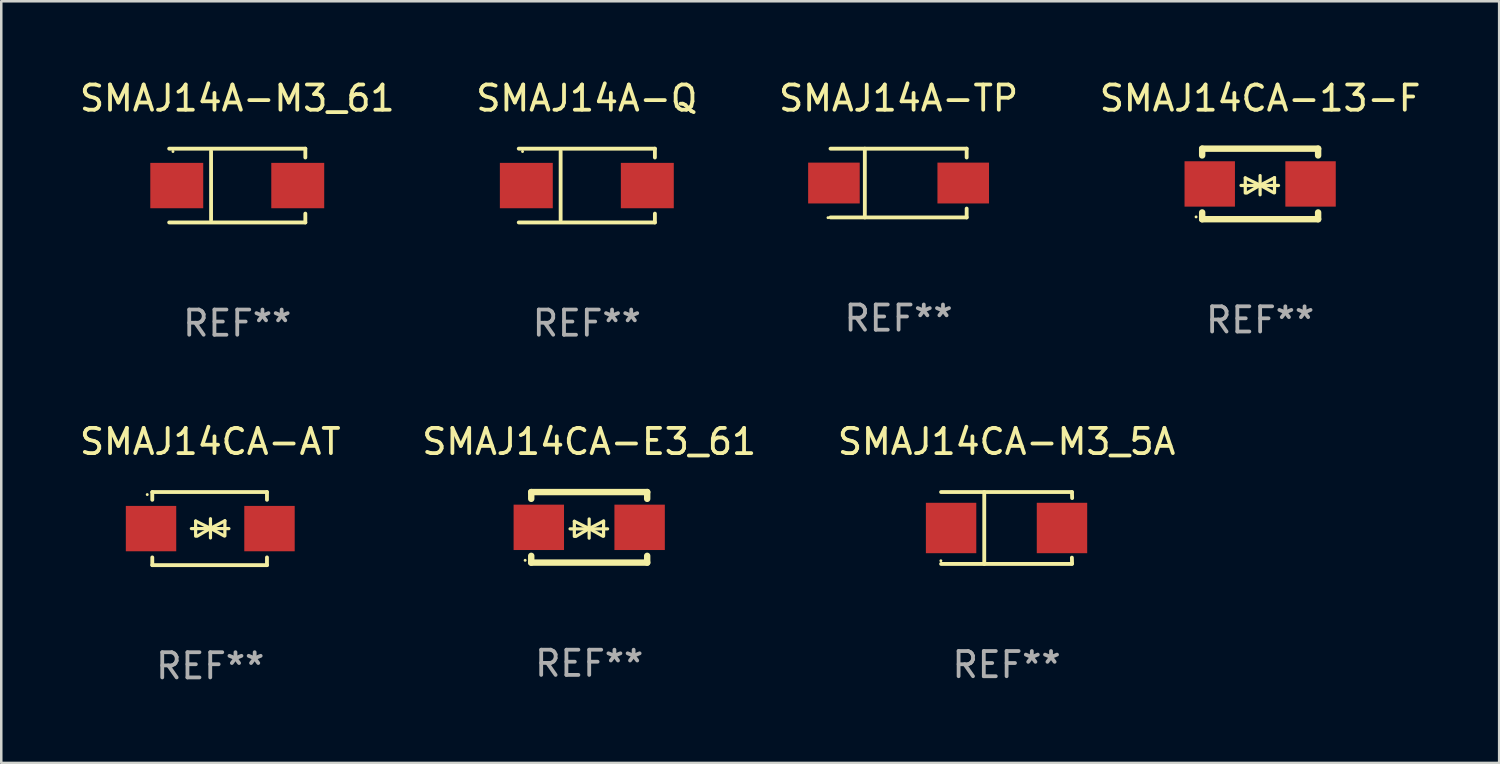
<source format=kicad_pcb>
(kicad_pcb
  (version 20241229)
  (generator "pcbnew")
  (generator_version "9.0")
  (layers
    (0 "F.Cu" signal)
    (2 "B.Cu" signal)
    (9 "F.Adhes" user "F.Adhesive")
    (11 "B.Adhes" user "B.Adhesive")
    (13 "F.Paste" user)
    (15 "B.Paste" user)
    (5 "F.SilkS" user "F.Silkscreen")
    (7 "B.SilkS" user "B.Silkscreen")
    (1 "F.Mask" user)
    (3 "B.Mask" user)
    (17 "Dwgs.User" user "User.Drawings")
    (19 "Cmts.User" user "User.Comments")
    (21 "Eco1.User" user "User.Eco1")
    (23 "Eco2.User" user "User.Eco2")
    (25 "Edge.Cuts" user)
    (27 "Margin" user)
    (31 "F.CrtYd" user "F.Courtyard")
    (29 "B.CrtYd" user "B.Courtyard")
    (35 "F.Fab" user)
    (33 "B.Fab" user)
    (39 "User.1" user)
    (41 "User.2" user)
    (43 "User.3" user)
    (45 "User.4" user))
  (footprint "SMAJ14A-M3_61"
    (layer "F.Cu")
    (at 6.363 4.312)
    (property "Reference" "SMAJ14A-M3_61" (at 0 -3.464 0) (layer "F.SilkS") (effects (font (size 1 1) (thickness 0.15))))
    (attr through_hole)
    (fp_line (start -2.701 -1.464) (end 2.701 -1.464) (stroke (width 0.152) (type solid)) (layer "F.SilkS"))
    (fp_line (start -2.701 1.464) (end 2.701 1.464) (stroke (width 0.152) (type solid)) (layer "F.SilkS"))
    (fp_line (start -1.039 -1.364) (end -1.039 1.364) (stroke (width 0.152) (type solid)) (layer "F.SilkS"))
    (fp_line (start 2.701 -1.464) (end 2.701 -1.113) (stroke (width 0.152) (type solid)) (layer "F.SilkS"))
    (fp_line (start 2.701 1.464) (end 2.701 1.113) (stroke (width 0.152) (type solid)) (layer "F.SilkS"))
    (fp_circle (center -2.55 -1.35) (end -2.52 -1.35) (stroke (width 0.06) (type solid)) (fill no) (layer "F.SilkS"))
    (fp_text user "REF**" (at 0 5.464 0) (layer "F.Fab") (effects (font (size 1 1) (thickness 0.15))))
    (pad "1" smd rect (at -2.4 0) (size 2.1 1.8) (layers "F.Cu" "F.Mask" "F.Paste"))
    (pad "2" smd rect (at 2.4 0) (size 2.1 1.8) (layers "F.Cu" "F.Mask" "F.Paste")))
  (footprint "SMAJ14CA-13-F"
    (layer "F.Cu")
    (at 46.946 4.248)
    (property "Reference" "SMAJ14CA-13-F" (at 0 -3.4 0) (layer "F.SilkS") (effects (font (size 1 1) (thickness 0.15))))
    (attr through_hole)
    (fp_line (start -2.3 -1.4) (end -2.3 -1.131) (stroke (width 0.254) (type solid)) (layer "F.SilkS"))
    (fp_line (start -2.3 -1.4) (end 2.3 -1.4) (stroke (width 0.254) (type solid)) (layer "F.SilkS"))
    (fp_line (start -2.3 1.131) (end -2.3 1.4) (stroke (width 0.254) (type solid)) (layer "F.SilkS"))
    (fp_line (start -2.3 1.4) (end 2.3 1.4) (stroke (width 0.254) (type solid)) (layer "F.SilkS"))
    (fp_line (start -0.76 0.06) (end 0.73 0.06) (stroke (width 0.127) (type solid)) (layer "F.SilkS"))
    (fp_line (start -0.59 -0.24) (end -0.59 0.36) (stroke (width 0.127) (type solid)) (layer "F.SilkS"))
    (fp_line (start -0.59 -0.24) (end -0.002 0.049) (stroke (width 0.127) (type solid)) (layer "F.SilkS"))
    (fp_line (start -0.53 0.36) (end -0.002 0.049) (stroke (width 0.127) (type solid)) (layer "F.SilkS"))
    (fp_line (start -0.002 0.049) (end -0.002 -0.332) (stroke (width 0.127) (type solid)) (layer "F.SilkS"))
    (fp_line (start -0.002 0.049) (end -0.002 0.43) (stroke (width 0.127) (type solid)) (layer "F.SilkS"))
    (fp_line (start 0.54 0.35) (end -0.002 0.049) (stroke (width 0.127) (type solid)) (layer "F.SilkS"))
    (fp_line (start 0.57 -0.25) (end -0.002 0.049) (stroke (width 0.127) (type solid)) (layer "F.SilkS"))
    (fp_line (start 0.57 -0.25) (end 0.57 0.35) (stroke (width 0.127) (type solid)) (layer "F.SilkS"))
    (fp_line (start 2.3 -1.4) (end 2.3 -1.131) (stroke (width 0.254) (type solid)) (layer "F.SilkS"))
    (fp_line (start 2.3 1.131) (end 2.3 1.4) (stroke (width 0.254) (type solid)) (layer "F.SilkS"))
    (fp_circle (center -2.542 1.308) (end -2.512 1.308) (stroke (width 0.06) (type solid)) (fill no) (layer "F.SilkS"))
    (fp_text user "REF**" (at 0 5.4 0) (layer "F.Fab") (effects (font (size 1 1) (thickness 0.15))))
    (pad "1" smd rect (at -2 0) (size 2 1.8) (layers "F.Cu" "F.Mask" "F.Paste"))
    (pad "2" smd rect (at 2 0) (size 2 1.8) (layers "F.Cu" "F.Mask" "F.Paste")))
  (footprint "SMAJ14A-TP"
    (layer "F.Cu")
    (at 32.601 4.212)
    (property "Reference" "SMAJ14A-TP" (at 0 -3.364 0) (layer "F.SilkS") (effects (font (size 1 1) (thickness 0.15))))
    (attr through_hole)
    (fp_line (start -2.701 -1.364) (end 2.701 -1.364) (stroke (width 0.152) (type solid)) (layer "F.SilkS"))
    (fp_line (start -2.701 1.364) (end 2.701 1.364) (stroke (width 0.152) (type solid)) (layer "F.SilkS"))
    (fp_line (start -1.339 -1.364) (end -1.339 1.364) (stroke (width 0.152) (type solid)) (layer "F.SilkS"))
    (fp_line (start 2.701 -1.364) (end 2.701 -1.013) (stroke (width 0.152) (type solid)) (layer "F.SilkS"))
    (fp_line (start 2.701 1.364) (end 2.701 1.013) (stroke (width 0.152) (type solid)) (layer "F.SilkS"))
    (fp_circle (center -2.8 1.375) (end -2.77 1.375) (stroke (width 0.06) (type solid)) (fill no) (layer "F.SilkS"))
    (fp_text user "REF**" (at 0 5.364 0) (layer "F.Fab") (effects (font (size 1 1) (thickness 0.15))))
    (pad "1" smd rect (at -2.565 -0.000025) (size 2.046 1.62) (layers "F.Cu" "F.Mask" "F.Paste"))
    (pad "2" smd rect (at 2.565 -0.000025) (size 2.046 1.62) (layers "F.Cu" "F.Mask" "F.Paste")))
  (footprint "SMAJ14CA-AT"
    (layer "F.Cu")
    (at 5.292 17.922)
    (property "Reference" "SMAJ14CA-AT" (at 0 -3.45 0) (layer "F.SilkS") (effects (font (size 1 1) (thickness 0.15))))
    (attr through_hole)
    (fp_line (start -2.3 -1.45) (end -2.3 -1.143) (stroke (width 0.152) (type solid)) (layer "F.SilkS"))
    (fp_line (start -2.3 -1.45) (end 2.25 -1.45) (stroke (width 0.152) (type solid)) (layer "F.SilkS"))
    (fp_line (start -2.3 1.45) (end -2.3 1.143) (stroke (width 0.152) (type solid)) (layer "F.SilkS"))
    (fp_line (start -0.75 0.000025) (end 0.74 0.000025) (stroke (width 0.127) (type solid)) (layer "F.SilkS"))
    (fp_line (start -0.58 -0.3) (end -0.58 0.3) (stroke (width 0.127) (type solid)) (layer "F.SilkS"))
    (fp_line (start -0.58 -0.3) (end 0.008 -0.011) (stroke (width 0.127) (type solid)) (layer "F.SilkS"))
    (fp_line (start -0.52 0.3) (end 0.008 -0.011) (stroke (width 0.127) (type solid)) (layer "F.SilkS"))
    (fp_line (start 0.008 -0.011) (end 0.008 -0.392) (stroke (width 0.127) (type solid)) (layer "F.SilkS"))
    (fp_line (start 0.008 -0.011) (end 0.008 0.37) (stroke (width 0.127) (type solid)) (layer "F.SilkS"))
    (fp_line (start 0.55 0.29) (end 0.008 -0.011) (stroke (width 0.127) (type solid)) (layer "F.SilkS"))
    (fp_line (start 0.58 -0.31) (end 0.008 -0.011) (stroke (width 0.127) (type solid)) (layer "F.SilkS"))
    (fp_line (start 0.58 -0.31) (end 0.58 0.29) (stroke (width 0.127) (type solid)) (layer "F.SilkS"))
    (fp_line (start 2.25 -1.45) (end 2.25 -1.143) (stroke (width 0.152) (type solid)) (layer "F.SilkS"))
    (fp_line (start 2.25 1.45) (end -2.3 1.45) (stroke (width 0.152) (type solid)) (layer "F.SilkS"))
    (fp_line (start 2.25 1.45) (end 2.25 1.143) (stroke (width 0.152) (type solid)) (layer "F.SilkS"))
    (fp_circle (center -2.5 -1.35) (end -2.47 -1.35) (stroke (width 0.06) (type solid)) (fill no) (layer "F.SilkS"))
    (fp_text user "REF**" (at 0 5.45 0) (layer "F.Fab") (effects (font (size 1 1) (thickness 0.15))))
    (pad "1" smd rect (at -2.35 -0.000025) (size 2 1.8) (layers "F.Cu" "F.Mask" "F.Paste"))
    (pad "2" smd rect (at 2.35 -0.000025) (size 2 1.8) (layers "F.Cu" "F.Mask" "F.Paste")))
  (footprint "SMAJ14CA-M3_5A"
    (layer "F.Cu")
    (at 36.887 17.898)
    (property "Reference" "SMAJ14CA-M3_5A" (at 0 -3.426 0) (layer "F.SilkS") (effects (font (size 1 1) (thickness 0.15))))
    (attr through_hole)
    (fp_line (start -2.6 -1.426) (end 2.593 -1.426) (stroke (width 0.152) (type solid)) (layer "F.SilkS"))
    (fp_line (start -2.6 1.426) (end 2.593 1.426) (stroke (width 0.152) (type solid)) (layer "F.SilkS"))
    (fp_line (start -0.887 -1.426) (end -0.887 1.426) (stroke (width 0.152) (type solid)) (layer "F.SilkS"))
    (fp_line (start 2.59 1.176) (end 2.597 1.415) (stroke (width 0.152) (type solid)) (layer "F.SilkS"))
    (fp_line (start 2.593 -1.426) (end 2.6 -1.187) (stroke (width 0.152) (type solid)) (layer "F.SilkS"))
    (fp_circle (center -2.608 1.3) (end -2.578 1.3) (stroke (width 0.06) (type solid)) (fill no) (layer "F.SilkS"))
    (fp_text user "REF**" (at 0 5.426 0) (layer "F.Fab") (effects (font (size 1 1) (thickness 0.15))))
    (pad "1" smd rect (at -2.203 0 180) (size 2 2) (layers "F.Cu" "F.Mask" "F.Paste"))
    (pad "2" smd rect (at 2.197 0 180) (size 2 2) (layers "F.Cu" "F.Mask" "F.Paste")))
  (footprint "SMAJ14A-Q"
    (layer "F.Cu")
    (at 20.232 4.312)
    (property "Reference" "SMAJ14A-Q" (at 0 -3.464 0) (layer "F.SilkS") (effects (font (size 1 1) (thickness 0.15))))
    (attr through_hole)
    (fp_line (start -2.701 -1.464) (end 2.701 -1.464) (stroke (width 0.152) (type solid)) (layer "F.SilkS"))
    (fp_line (start -2.701 1.464) (end 2.701 1.464) (stroke (width 0.152) (type solid)) (layer "F.SilkS"))
    (fp_line (start -1.039 -1.364) (end -1.039 1.364) (stroke (width 0.152) (type solid)) (layer "F.SilkS"))
    (fp_line (start 2.701 -1.464) (end 2.701 -1.113) (stroke (width 0.152) (type solid)) (layer "F.SilkS"))
    (fp_line (start 2.701 1.464) (end 2.701 1.113) (stroke (width 0.152) (type solid)) (layer "F.SilkS"))
    (fp_circle (center -2.55 -1.35) (end -2.52 -1.35) (stroke (width 0.06) (type solid)) (fill no) (layer "F.SilkS"))
    (fp_text user "REF**" (at 0 5.464 0) (layer "F.Fab") (effects (font (size 1 1) (thickness 0.15))))
    (pad "1" smd rect (at -2.4 0) (size 2.1 1.8) (layers "F.Cu" "F.Mask" "F.Paste"))
    (pad "2" smd rect (at 2.4 0) (size 2.1 1.8) (layers "F.Cu" "F.Mask" "F.Paste")))
  (footprint "SMAJ14CA-E3_61"
    (layer "F.Cu")
    (at 20.327 17.872)
    (property "Reference" "SMAJ14CA-E3_61" (at 0 -3.4 0) (layer "F.SilkS") (effects (font (size 1 1) (thickness 0.15))))
    (attr through_hole)
    (fp_line (start -2.3 -1.4) (end -2.3 -1.131) (stroke (width 0.254) (type solid)) (layer "F.SilkS"))
    (fp_line (start -2.3 -1.4) (end 2.3 -1.4) (stroke (width 0.254) (type solid)) (layer "F.SilkS"))
    (fp_line (start -2.3 1.131) (end -2.3 1.4) (stroke (width 0.254) (type solid)) (layer "F.SilkS"))
    (fp_line (start -2.3 1.4) (end 2.3 1.4) (stroke (width 0.254) (type solid)) (layer "F.SilkS"))
    (fp_line (start -0.76 0.06) (end 0.73 0.06) (stroke (width 0.127) (type solid)) (layer "F.SilkS"))
    (fp_line (start -0.59 -0.24) (end -0.59 0.36) (stroke (width 0.127) (type solid)) (layer "F.SilkS"))
    (fp_line (start -0.59 -0.24) (end -0.002 0.049) (stroke (width 0.127) (type solid)) (layer "F.SilkS"))
    (fp_line (start -0.53 0.36) (end -0.002 0.049) (stroke (width 0.127) (type solid)) (layer "F.SilkS"))
    (fp_line (start -0.002 0.049) (end -0.002 -0.332) (stroke (width 0.127) (type solid)) (layer "F.SilkS"))
    (fp_line (start -0.002 0.049) (end -0.002 0.43) (stroke (width 0.127) (type solid)) (layer "F.SilkS"))
    (fp_line (start 0.54 0.35) (end -0.002 0.049) (stroke (width 0.127) (type solid)) (layer "F.SilkS"))
    (fp_line (start 0.57 -0.25) (end -0.002 0.049) (stroke (width 0.127) (type solid)) (layer "F.SilkS"))
    (fp_line (start 0.57 -0.25) (end 0.57 0.35) (stroke (width 0.127) (type solid)) (layer "F.SilkS"))
    (fp_line (start 2.3 -1.4) (end 2.3 -1.131) (stroke (width 0.254) (type solid)) (layer "F.SilkS"))
    (fp_line (start 2.3 1.131) (end 2.3 1.4) (stroke (width 0.254) (type solid)) (layer "F.SilkS"))
    (fp_circle (center -2.542 1.308) (end -2.512 1.308) (stroke (width 0.06) (type solid)) (fill no) (layer "F.SilkS"))
    (fp_text user "REF**" (at 0 5.4 0) (layer "F.Fab") (effects (font (size 1 1) (thickness 0.15))))
    (pad "1" smd rect (at -2 0) (size 2 1.8) (layers "F.Cu" "F.Mask" "F.Paste"))
    (pad "2" smd rect (at 2 0) (size 2 1.8) (layers "F.Cu" "F.Mask" "F.Paste")))
  (gr_rect
    (start -3 -3)
    (end 56.429 27.22)
    (stroke (width 0.1) (type default))
    (fill no)
    (layer "Edge.Cuts")))
</source>
